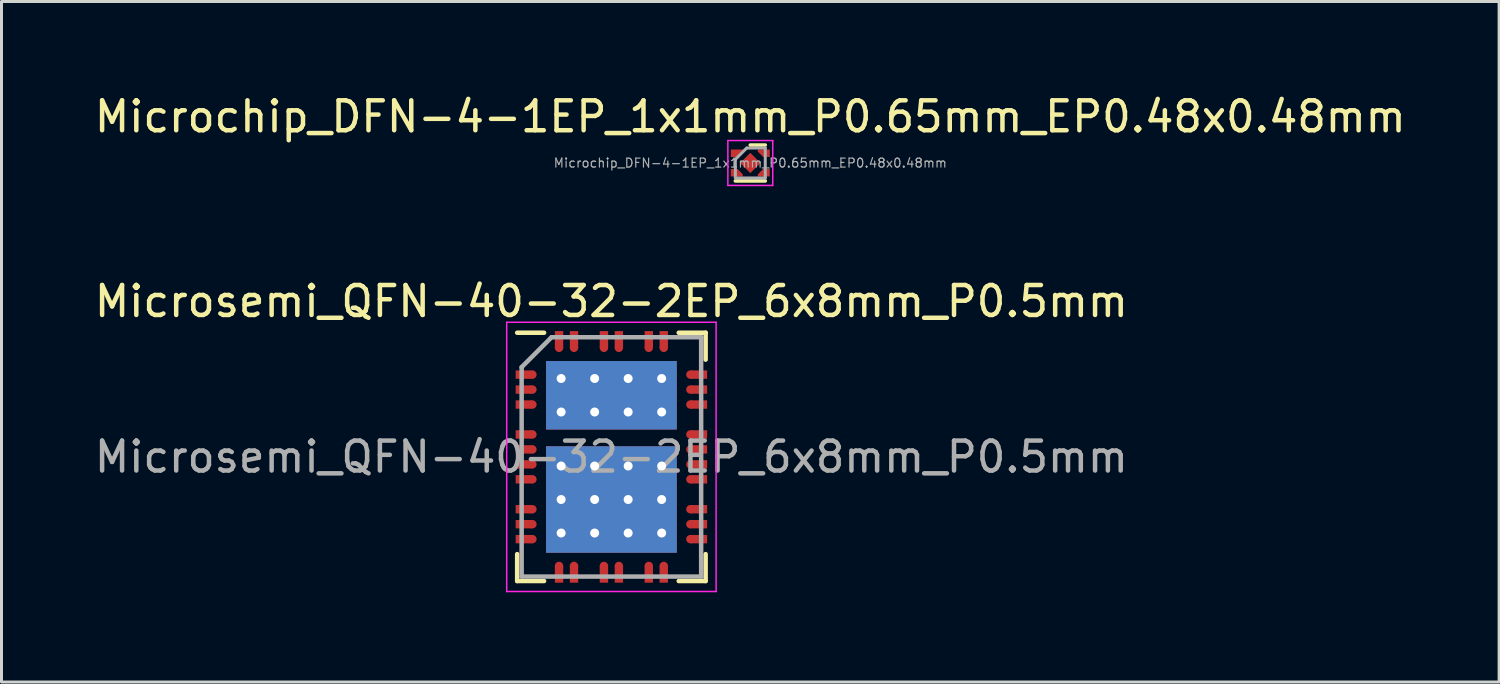
<source format=kicad_pcb>
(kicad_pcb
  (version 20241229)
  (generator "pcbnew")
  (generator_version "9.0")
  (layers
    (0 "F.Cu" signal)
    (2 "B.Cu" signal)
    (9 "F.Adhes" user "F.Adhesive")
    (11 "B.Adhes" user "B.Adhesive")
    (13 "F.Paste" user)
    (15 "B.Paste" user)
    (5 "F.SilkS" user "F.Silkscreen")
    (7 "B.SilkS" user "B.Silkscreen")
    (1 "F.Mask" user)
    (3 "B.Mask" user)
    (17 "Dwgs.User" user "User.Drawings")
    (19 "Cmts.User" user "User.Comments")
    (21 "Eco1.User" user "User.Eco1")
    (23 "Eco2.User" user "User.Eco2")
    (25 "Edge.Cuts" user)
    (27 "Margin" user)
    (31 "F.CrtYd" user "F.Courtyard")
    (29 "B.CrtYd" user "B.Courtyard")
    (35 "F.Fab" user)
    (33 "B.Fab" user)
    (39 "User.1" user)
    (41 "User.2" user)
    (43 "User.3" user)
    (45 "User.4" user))
  (footprint "Microchip_DFN-4-1EP_1x1mm_P0.65mm_EP0.48x0.48mm"
    (layer "F.Cu")
    (at 22.03 2.398)
    (property "Reference" "Microchip_DFN-4-1EP_1x1mm_P0.65mm_EP0.48x0.48mm" (at 0 -1.55 0) (layer "F.SilkS") (effects (font (size 1 1) (thickness 0.15))))
    (attr smd)
    (fp_line (start -0.5 0.6) (end 0.5 0.6) (stroke (width 0.12) (type solid)) (layer "F.SilkS"))
    (fp_line (start 0.5 -0.6) (end 0 -0.6) (stroke (width 0.12) (type solid)) (layer "F.SilkS"))
    (fp_line (start -0.75 -0.75) (end -0.75 0.75) (stroke (width 0.05) (type solid)) (layer "F.CrtYd"))
    (fp_line (start -0.75 0.75) (end 0.75 0.75) (stroke (width 0.05) (type solid)) (layer "F.CrtYd"))
    (fp_line (start 0.75 -0.75) (end -0.75 -0.75) (stroke (width 0.05) (type solid)) (layer "F.CrtYd"))
    (fp_line (start 0.75 0.75) (end 0.75 -0.75) (stroke (width 0.05) (type solid)) (layer "F.CrtYd"))
    (fp_line (start -0.5 0.5) (end -0.5 -0.12) (stroke (width 0.1) (type solid)) (layer "F.Fab"))
    (fp_line (start -0.12 -0.5) (end -0.5 -0.12) (stroke (width 0.1) (type solid)) (layer "F.Fab"))
    (fp_line (start -0.12 -0.5) (end 0.5 -0.5) (stroke (width 0.1) (type solid)) (layer "F.Fab"))
    (fp_line (start 0.5 -0.5) (end 0.5 0.5) (stroke (width 0.1) (type solid)) (layer "F.Fab"))
    (fp_line (start 0.5 0.5) (end -0.5 0.5) (stroke (width 0.1) (type solid)) (layer "F.Fab"))
    (fp_text user "${REFERENCE}" (at 0 0 0) (layer "F.Fab") (effects (font (size 0.3 0.3) (thickness 0.04))))
    (pad "1" smd custom (at -0.45 -0.325) (size 0.1 0.1) (layers "F.Cu" "F.Mask" "F.Paste") (options (anchor rect)) (primitives (gr_poly (pts (xy -0.2 -0.125) (xy -0.2 0.125) (xy 0.02 0.125) (xy 0.27 -0.125)) (width 0) (fill yes))))
    (pad "2" smd custom (at -0.45 0.325) (size 0.1 0.1) (layers "F.Cu" "F.Mask" "F.Paste") (options (anchor rect)) (primitives (gr_poly (pts (xy -0.2 0.125) (xy -0.2 -0.125) (xy 0.02 -0.125) (xy 0.2 0.055) (xy 0.2 0.125)) (width 0) (fill yes))))
    (pad "3" smd custom (at 0.45 0.325) (size 0.1 0.1) (layers "F.Cu" "F.Mask" "F.Paste") (options (anchor rect)) (primitives (gr_poly (pts (xy 0.2 0.125) (xy 0.2 -0.125) (xy -0.02 -0.125) (xy -0.2 0.055) (xy -0.2 0.125)) (width 0) (fill yes))))
    (pad "4" smd custom (at 0.45 -0.325) (size 0.1 0.1) (layers "F.Cu" "F.Mask" "F.Paste") (options (anchor rect)) (primitives (gr_poly (pts (xy 0.2 -0.125) (xy 0.2 0.125) (xy -0.02 0.125) (xy -0.2 -0.055) (xy -0.2 -0.125)) (width 0) (fill yes))))
    (pad "5" smd rect (at 0 0 45) (size 0.48 0.48) (layers "F.Cu" "F.Mask" "F.Paste")))
  (footprint "Microsemi_QFN-40-32-2EP_6x8mm_P0.5mm"
    (layer "F.Cu")
    (at 17.387 12.222)
    (property "Reference" "Microsemi_QFN-40-32-2EP_6x8mm_P0.5mm" (at 0 -5.2 0) (layer "F.SilkS") (effects (font (size 1 1) (thickness 0.15))))
    (attr smd)
    (fp_line (start -3.15 -4.15) (end -2.25 -4.15) (stroke (width 0.15) (type solid)) (layer "F.SilkS"))
    (fp_line (start -3.15 4.15) (end -3.15 3.25) (stroke (width 0.15) (type solid)) (layer "F.SilkS"))
    (fp_line (start -3.15 4.15) (end -2.25 4.15) (stroke (width 0.15) (type solid)) (layer "F.SilkS"))
    (fp_line (start 3.15 -4.15) (end 2.25 -4.15) (stroke (width 0.15) (type solid)) (layer "F.SilkS"))
    (fp_line (start 3.15 -4.15) (end 3.15 -3.25) (stroke (width 0.15) (type solid)) (layer "F.SilkS"))
    (fp_line (start 3.15 4.15) (end 2.25 4.15) (stroke (width 0.15) (type solid)) (layer "F.SilkS"))
    (fp_line (start 3.15 4.15) (end 3.15 3.25) (stroke (width 0.15) (type solid)) (layer "F.SilkS"))
    (fp_line (start -3.5 -4.5) (end -3.5 4.5) (stroke (width 0.05) (type solid)) (layer "F.CrtYd"))
    (fp_line (start -3.5 -4.5) (end 3.5 -4.5) (stroke (width 0.05) (type solid)) (layer "F.CrtYd"))
    (fp_line (start -3.5 4.5) (end 3.5 4.5) (stroke (width 0.05) (type solid)) (layer "F.CrtYd"))
    (fp_line (start 3.5 -4.5) (end 3.5 4.5) (stroke (width 0.05) (type solid)) (layer "F.CrtYd"))
    (fp_line (start -3 -3) (end -2 -4) (stroke (width 0.15) (type solid)) (layer "F.Fab"))
    (fp_line (start -3 4) (end -3 -3) (stroke (width 0.15) (type solid)) (layer "F.Fab"))
    (fp_line (start -2 -4) (end 3 -4) (stroke (width 0.15) (type solid)) (layer "F.Fab"))
    (fp_line (start 3 -4) (end 3 4) (stroke (width 0.15) (type solid)) (layer "F.Fab"))
    (fp_line (start 3 4) (end -3 4) (stroke (width 0.15) (type solid)) (layer "F.Fab"))
    (fp_text user "${REFERENCE}" (at 0 0 0) (layer "F.Fab") (effects (font (size 1 1) (thickness 0.15))))
    (pad "" smd rect (at -1.04 -2.06) (size 1.68 1.68) (layers "F.Paste"))
    (pad "" smd rect (at -1.04 1.425) (size 1.68 2.95) (layers "F.Mask"))
    (pad "" smd rect (at 1.04 -2.06) (size 1.68 1.68) (layers "F.Paste"))
    (pad "" smd rect (at 1.04 1.425) (size 1.68 2.95) (layers "F.Mask"))
    (pad "1" smd rect (at -2.92 -2.75) (size 0.56 0.28) (layers "F.Cu" "F.Mask" "F.Paste"))
    (pad "1" smd circle (at -2.64 -2.75) (size 0.28 0.28) (layers "F.Cu" "F.Mask" "F.Paste"))
    (pad "2" smd rect (at -2.92 -2.25) (size 0.56 0.28) (layers "F.Cu" "F.Mask" "F.Paste"))
    (pad "2" smd circle (at -2.64 -2.25) (size 0.28 0.28) (layers "F.Cu" "F.Mask" "F.Paste"))
    (pad "3" smd rect (at -2.92 -1.75) (size 0.56 0.28) (layers "F.Cu" "F.Mask" "F.Paste"))
    (pad "3" smd circle (at -2.64 -1.75) (size 0.28 0.28) (layers "F.Cu" "F.Mask" "F.Paste"))
    (pad "4" smd rect (at -2.92 -0.75) (size 0.56 0.28) (layers "F.Cu" "F.Mask" "F.Paste"))
    (pad "4" smd circle (at -2.64 -0.75) (size 0.28 0.28) (layers "F.Cu" "F.Mask" "F.Paste"))
    (pad "5" smd rect (at -2.92 -0.25) (size 0.56 0.28) (layers "F.Cu" "F.Mask" "F.Paste"))
    (pad "5" smd circle (at -2.64 -0.25) (size 0.28 0.28) (layers "F.Cu" "F.Mask" "F.Paste"))
    (pad "6" smd rect (at -2.92 0.25) (size 0.56 0.28) (layers "F.Cu" "F.Mask" "F.Paste"))
    (pad "6" smd circle (at -2.64 0.25) (size 0.28 0.28) (layers "F.Cu" "F.Mask" "F.Paste"))
    (pad "7" smd rect (at -2.92 0.75) (size 0.56 0.28) (layers "F.Cu" "F.Mask" "F.Paste"))
    (pad "7" smd circle (at -2.64 0.75) (size 0.28 0.28) (layers "F.Cu" "F.Mask" "F.Paste"))
    (pad "8" smd rect (at -2.92 1.75) (size 0.56 0.28) (layers "F.Cu" "F.Mask" "F.Paste"))
    (pad "8" smd circle (at -2.64 1.75) (size 0.28 0.28) (layers "F.Cu" "F.Mask" "F.Paste"))
    (pad "9" smd rect (at -2.92 2.25) (size 0.56 0.28) (layers "F.Cu" "F.Mask" "F.Paste"))
    (pad "9" smd circle (at -2.64 2.25) (size 0.28 0.28) (layers "F.Cu" "F.Mask" "F.Paste"))
    (pad "10" smd rect (at -2.92 2.75) (size 0.56 0.28) (layers "F.Cu" "F.Mask" "F.Paste"))
    (pad "10" smd circle (at -2.64 2.75) (size 0.28 0.28) (layers "F.Cu" "F.Mask" "F.Paste"))
    (pad "11" smd circle (at -1.75 3.645) (size 0.28 0.28) (layers "F.Cu" "F.Mask" "F.Paste"))
    (pad "11" smd rect (at -1.75 3.925) (size 0.28 0.56) (layers "F.Cu" "F.Mask" "F.Paste"))
    (pad "12" smd circle (at -1.25 3.645) (size 0.28 0.28) (layers "F.Cu" "F.Mask" "F.Paste"))
    (pad "12" smd rect (at -1.25 3.925) (size 0.28 0.56) (layers "F.Cu" "F.Mask" "F.Paste"))
    (pad "13" smd circle (at -0.25 3.645) (size 0.28 0.28) (layers "F.Cu" "F.Mask" "F.Paste"))
    (pad "13" smd rect (at -0.25 3.925) (size 0.28 0.56) (layers "F.Cu" "F.Mask" "F.Paste"))
    (pad "14" smd circle (at 0.25 3.645) (size 0.28 0.28) (layers "F.Cu" "F.Mask" "F.Paste"))
    (pad "14" smd rect (at 0.25 3.925) (size 0.28 0.56) (layers "F.Cu" "F.Mask" "F.Paste"))
    (pad "15" smd circle (at 1.25 3.645) (size 0.28 0.28) (layers "F.Cu" "F.Mask" "F.Paste"))
    (pad "15" smd rect (at 1.25 3.925) (size 0.28 0.56) (layers "F.Cu" "F.Mask" "F.Paste"))
    (pad "16" smd circle (at 1.75 3.645) (size 0.28 0.28) (layers "F.Cu" "F.Mask" "F.Paste"))
    (pad "16" smd rect (at 1.75 3.925) (size 0.28 0.56) (layers "F.Cu" "F.Mask" "F.Paste"))
    (pad "17" smd circle (at 2.64 2.75) (size 0.28 0.28) (layers "F.Cu" "F.Mask" "F.Paste"))
    (pad "17" smd rect (at 2.92 2.75) (size 0.56 0.28) (layers "F.Cu" "F.Mask" "F.Paste"))
    (pad "18" smd circle (at 2.64 2.25) (size 0.28 0.28) (layers "F.Cu" "F.Mask" "F.Paste"))
    (pad "18" smd rect (at 2.92 2.25) (size 0.56 0.28) (layers "F.Cu" "F.Mask" "F.Paste"))
    (pad "19" smd circle (at 2.64 1.75) (size 0.28 0.28) (layers "F.Cu" "F.Mask" "F.Paste"))
    (pad "19" smd rect (at 2.92 1.75) (size 0.56 0.28) (layers "F.Cu" "F.Mask" "F.Paste"))
    (pad "20" smd circle (at 2.64 0.75) (size 0.28 0.28) (layers "F.Cu" "F.Mask" "F.Paste"))
    (pad "20" smd rect (at 2.92 0.75) (size 0.56 0.28) (layers "F.Cu" "F.Mask" "F.Paste"))
    (pad "21" smd circle (at 2.64 0.25) (size 0.28 0.28) (layers "F.Cu" "F.Mask" "F.Paste"))
    (pad "21" smd rect (at 2.92 0.25) (size 0.56 0.28) (layers "F.Cu" "F.Mask" "F.Paste"))
    (pad "22" smd circle (at 2.64 -0.25) (size 0.28 0.28) (layers "F.Cu" "F.Mask" "F.Paste"))
    (pad "22" smd rect (at 2.92 -0.25) (size 0.56 0.28) (layers "F.Cu" "F.Mask" "F.Paste"))
    (pad "23" smd circle (at 2.64 -0.75) (size 0.28 0.28) (layers "F.Cu" "F.Mask" "F.Paste"))
    (pad "23" smd rect (at 2.92 -0.75) (size 0.56 0.28) (layers "F.Cu" "F.Mask" "F.Paste"))
    (pad "24" smd circle (at 2.64 -1.75) (size 0.28 0.28) (layers "F.Cu" "F.Mask" "F.Paste"))
    (pad "24" smd rect (at 2.92 -1.75) (size 0.56 0.28) (layers "F.Cu" "F.Mask" "F.Paste"))
    (pad "25" smd circle (at 2.64 -2.25) (size 0.28 0.28) (layers "F.Cu" "F.Mask" "F.Paste"))
    (pad "25" smd rect (at 2.92 -2.25) (size 0.56 0.28) (layers "F.Cu" "F.Mask" "F.Paste"))
    (pad "26" smd circle (at 2.64 -2.75) (size 0.28 0.28) (layers "F.Cu" "F.Mask" "F.Paste"))
    (pad "26" smd rect (at 2.92 -2.75) (size 0.56 0.28) (layers "F.Cu" "F.Mask" "F.Paste"))
    (pad "27" smd rect (at 1.75 -3.925) (size 0.28 0.56) (layers "F.Cu" "F.Mask" "F.Paste"))
    (pad "27" smd circle (at 1.75 -3.645) (size 0.28 0.28) (layers "F.Cu" "F.Mask" "F.Paste"))
    (pad "28" smd rect (at 1.25 -3.925) (size 0.28 0.56) (layers "F.Cu" "F.Mask" "F.Paste"))
    (pad "28" smd circle (at 1.25 -3.645) (size 0.28 0.28) (layers "F.Cu" "F.Mask" "F.Paste"))
    (pad "29" smd rect (at 0.25 -3.925) (size 0.28 0.56) (layers "F.Cu" "F.Mask" "F.Paste"))
    (pad "29" smd circle (at 0.25 -3.645) (size 0.28 0.28) (layers "F.Cu" "F.Mask" "F.Paste"))
    (pad "30" smd rect (at -0.25 -3.925) (size 0.28 0.56) (layers "F.Cu" "F.Mask" "F.Paste"))
    (pad "30" smd circle (at -0.25 -3.645) (size 0.28 0.28) (layers "F.Cu" "F.Mask" "F.Paste"))
    (pad "31" smd rect (at -1.25 -3.925) (size 0.28 0.56) (layers "F.Cu" "F.Mask" "F.Paste"))
    (pad "31" smd circle (at -1.25 -3.645) (size 0.28 0.28) (layers "F.Cu" "F.Mask" "F.Paste"))
    (pad "32" smd rect (at -1.75 -3.925) (size 0.28 0.56) (layers "F.Cu" "F.Mask" "F.Paste"))
    (pad "32" smd circle (at -1.75 -3.645) (size 0.28 0.28) (layers "F.Cu" "F.Mask" "F.Paste"))
    (pad "33" thru_hole circle (at -1.68 -2.62) (size 0.6 0.6) (drill 0.3) (layers "*.Cu" "*.Mask"))
    (pad "33" thru_hole circle (at -1.68 -1.5) (size 0.6 0.6) (drill 0.3) (layers "*.Cu" "*.Mask"))
    (pad "33" thru_hole circle (at -0.56 -2.62) (size 0.6 0.6) (drill 0.3) (layers "*.Cu" "*.Mask"))
    (pad "33" thru_hole circle (at -0.56 -1.5) (size 0.6 0.6) (drill 0.3) (layers "*.Cu" "*.Mask"))
    (pad "33" smd rect (at 0 -2.06) (size 4.37 2.29) (layers "F.Cu" "F.Mask"))
    (pad "33" smd rect (at 0 -2.06) (size 4.37 2.29) (layers "B.Cu" "B.Mask"))
    (pad "33" thru_hole circle (at 0.56 -2.62) (size 0.6 0.6) (drill 0.3) (layers "*.Cu" "*.Mask"))
    (pad "33" thru_hole circle (at 0.56 -1.5) (size 0.6 0.6) (drill 0.3) (layers "*.Cu" "*.Mask"))
    (pad "33" thru_hole circle (at 1.68 -2.62) (size 0.6 0.6) (drill 0.3) (layers "*.Cu" "*.Mask"))
    (pad "33" thru_hole circle (at 1.68 -1.5) (size 0.6 0.6) (drill 0.3) (layers "*.Cu" "*.Mask"))
    (pad "34" thru_hole circle (at -1.68 0.305) (size 0.6 0.6) (drill 0.3) (layers "*.Cu" "*.Mask"))
    (pad "34" thru_hole circle (at -1.68 1.425) (size 0.6 0.6) (drill 0.3) (layers "*.Cu" "*.Mask"))
    (pad "34" thru_hole circle (at -1.68 2.545) (size 0.6 0.6) (drill 0.3) (layers "*.Cu" "*.Mask"))
    (pad "34" thru_hole circle (at -0.56 0.305) (size 0.6 0.6) (drill 0.3) (layers "*.Cu" "*.Mask"))
    (pad "34" thru_hole circle (at -0.56 1.425) (size 0.6 0.6) (drill 0.3) (layers "*.Cu" "*.Mask"))
    (pad "34" thru_hole circle (at -0.56 2.545) (size 0.6 0.6) (drill 0.3) (layers "*.Cu" "*.Mask"))
    (pad "34" smd rect (at 0 1.425) (size 4.37 3.56) (layers "F.Cu" "F.Mask"))
    (pad "34" smd rect (at 0 1.425) (size 4.37 3.56) (layers "B.Cu" "B.Mask"))
    (pad "34" thru_hole circle (at 0.56 0.305) (size 0.6 0.6) (drill 0.3) (layers "*.Cu" "*.Mask"))
    (pad "34" thru_hole circle (at 0.56 1.425) (size 0.6 0.6) (drill 0.3) (layers "*.Cu" "*.Mask"))
    (pad "34" thru_hole circle (at 0.56 2.545) (size 0.6 0.6) (drill 0.3) (layers "*.Cu" "*.Mask"))
    (pad "34" thru_hole circle (at 1.68 0.305) (size 0.6 0.6) (drill 0.3) (layers "*.Cu" "*.Mask"))
    (pad "34" thru_hole circle (at 1.68 1.425) (size 0.6 0.6) (drill 0.3) (layers "*.Cu" "*.Mask"))
    (pad "34" thru_hole circle (at 1.68 2.545) (size 0.6 0.6) (drill 0.3) (layers "*.Cu" "*.Mask")))
  (gr_rect
    (start -3 -3)
    (end 47.06 19.747)
    (stroke (width 0.1) (type default))
    (fill no)
    (layer "Edge.Cuts")))
</source>
